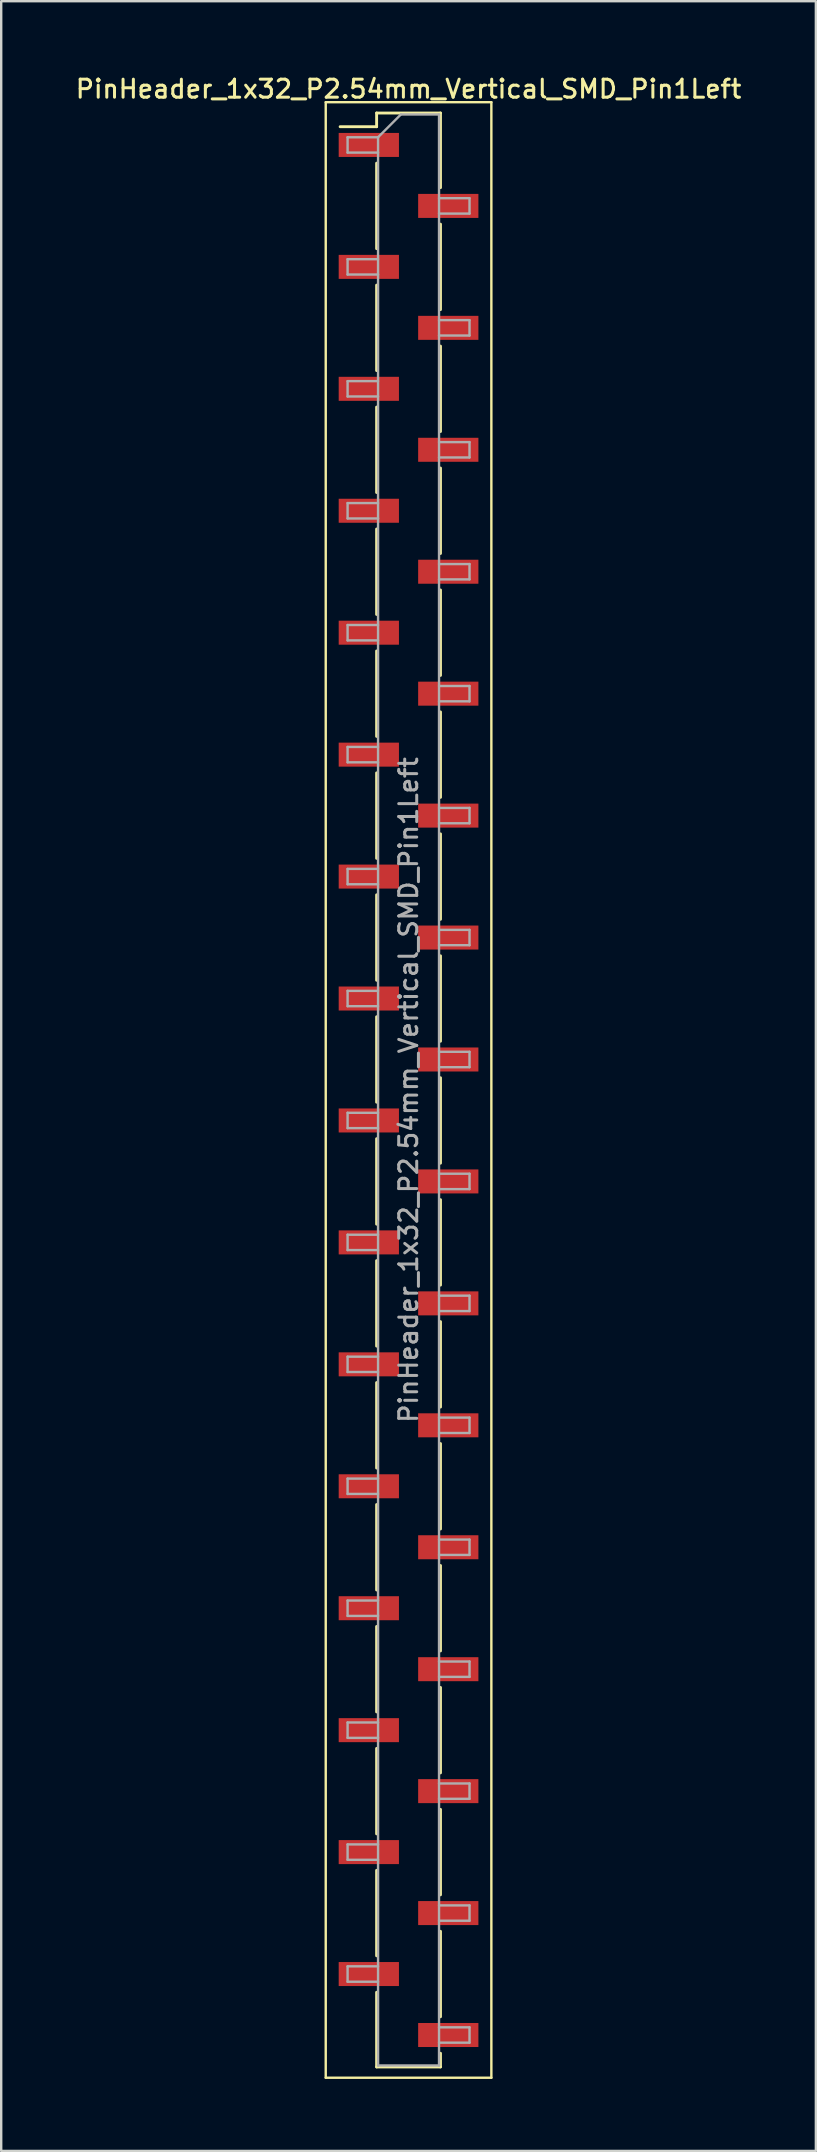
<source format=kicad_pcb>
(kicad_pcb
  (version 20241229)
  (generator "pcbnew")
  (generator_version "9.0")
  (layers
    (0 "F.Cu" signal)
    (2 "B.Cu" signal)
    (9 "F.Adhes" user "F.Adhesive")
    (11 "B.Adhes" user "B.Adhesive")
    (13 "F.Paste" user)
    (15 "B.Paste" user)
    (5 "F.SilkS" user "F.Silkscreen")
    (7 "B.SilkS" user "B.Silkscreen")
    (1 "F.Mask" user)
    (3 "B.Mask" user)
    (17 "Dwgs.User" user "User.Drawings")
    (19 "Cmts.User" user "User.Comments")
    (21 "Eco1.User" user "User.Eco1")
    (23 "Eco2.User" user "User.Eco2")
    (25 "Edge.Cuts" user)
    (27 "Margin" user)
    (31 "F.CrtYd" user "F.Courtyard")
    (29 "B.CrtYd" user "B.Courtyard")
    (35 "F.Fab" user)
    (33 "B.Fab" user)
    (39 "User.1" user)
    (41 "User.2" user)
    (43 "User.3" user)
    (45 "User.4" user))
  (footprint "PinHeader_1x32_P2.54mm_Vertical_SMD_Pin1Left"
    (layer "F.Cu")
    (at 13.97 42.358)
    (property "Reference" "PinHeader_1x32_P2.54mm_Vertical_SMD_Pin1Left" (at 0 -41.7 0) (layer "F.SilkS") (effects (font (size 0.75 0.75) (thickness 0.125))))
    (attr smd)
    (fp_line (start -3.45 -41.15) (end -3.45 41.15) (stroke (width 0.1) (type solid)) (layer "F.SilkS"))
    (fp_line (start -3.45 41.15) (end 3.45 41.15) (stroke (width 0.1) (type solid)) (layer "F.SilkS"))
    (fp_line (start -1.33 -40.7) (end -1.33 -40.13) (stroke (width 0.12) (type solid)) (layer "F.SilkS"))
    (fp_line (start -1.33 -40.7) (end 1.33 -40.7) (stroke (width 0.12) (type solid)) (layer "F.SilkS"))
    (fp_line (start -1.33 -40.13) (end -2.85 -40.13) (stroke (width 0.12) (type solid)) (layer "F.SilkS"))
    (fp_line (start -1.33 -38.61) (end -1.33 -35.05) (stroke (width 0.12) (type solid)) (layer "F.SilkS"))
    (fp_line (start -1.33 -33.53) (end -1.33 -29.97) (stroke (width 0.12) (type solid)) (layer "F.SilkS"))
    (fp_line (start -1.33 -28.45) (end -1.33 -24.89) (stroke (width 0.12) (type solid)) (layer "F.SilkS"))
    (fp_line (start -1.33 -23.37) (end -1.33 -19.81) (stroke (width 0.12) (type solid)) (layer "F.SilkS"))
    (fp_line (start -1.33 -18.29) (end -1.33 -14.73) (stroke (width 0.12) (type solid)) (layer "F.SilkS"))
    (fp_line (start -1.33 -13.21) (end -1.33 -9.65) (stroke (width 0.12) (type solid)) (layer "F.SilkS"))
    (fp_line (start -1.33 -8.13) (end -1.33 -4.57) (stroke (width 0.12) (type solid)) (layer "F.SilkS"))
    (fp_line (start -1.33 -3.05) (end -1.33 0.51) (stroke (width 0.12) (type solid)) (layer "F.SilkS"))
    (fp_line (start -1.33 2.03) (end -1.33 5.59) (stroke (width 0.12) (type solid)) (layer "F.SilkS"))
    (fp_line (start -1.33 7.11) (end -1.33 10.67) (stroke (width 0.12) (type solid)) (layer "F.SilkS"))
    (fp_line (start -1.33 12.19) (end -1.33 15.75) (stroke (width 0.12) (type solid)) (layer "F.SilkS"))
    (fp_line (start -1.33 17.27) (end -1.33 20.83) (stroke (width 0.12) (type solid)) (layer "F.SilkS"))
    (fp_line (start -1.33 22.35) (end -1.33 25.91) (stroke (width 0.12) (type solid)) (layer "F.SilkS"))
    (fp_line (start -1.33 27.43) (end -1.33 30.99) (stroke (width 0.12) (type solid)) (layer "F.SilkS"))
    (fp_line (start -1.33 32.51) (end -1.33 36.07) (stroke (width 0.12) (type solid)) (layer "F.SilkS"))
    (fp_line (start -1.33 37.59) (end -1.33 40.7) (stroke (width 0.12) (type solid)) (layer "F.SilkS"))
    (fp_line (start -1.33 40.7) (end 1.33 40.7) (stroke (width 0.12) (type solid)) (layer "F.SilkS"))
    (fp_line (start 1.33 -40.7) (end 1.33 -37.59) (stroke (width 0.12) (type solid)) (layer "F.SilkS"))
    (fp_line (start 1.33 -36.07) (end 1.33 -32.51) (stroke (width 0.12) (type solid)) (layer "F.SilkS"))
    (fp_line (start 1.33 -30.99) (end 1.33 -27.43) (stroke (width 0.12) (type solid)) (layer "F.SilkS"))
    (fp_line (start 1.33 -25.91) (end 1.33 -22.35) (stroke (width 0.12) (type solid)) (layer "F.SilkS"))
    (fp_line (start 1.33 -20.83) (end 1.33 -17.27) (stroke (width 0.12) (type solid)) (layer "F.SilkS"))
    (fp_line (start 1.33 -15.75) (end 1.33 -12.19) (stroke (width 0.12) (type solid)) (layer "F.SilkS"))
    (fp_line (start 1.33 -10.67) (end 1.33 -7.11) (stroke (width 0.12) (type solid)) (layer "F.SilkS"))
    (fp_line (start 1.33 -5.59) (end 1.33 -2.03) (stroke (width 0.12) (type solid)) (layer "F.SilkS"))
    (fp_line (start 1.33 -0.51) (end 1.33 3.05) (stroke (width 0.12) (type solid)) (layer "F.SilkS"))
    (fp_line (start 1.33 4.57) (end 1.33 8.13) (stroke (width 0.12) (type solid)) (layer "F.SilkS"))
    (fp_line (start 1.33 9.65) (end 1.33 13.21) (stroke (width 0.12) (type solid)) (layer "F.SilkS"))
    (fp_line (start 1.33 14.73) (end 1.33 18.29) (stroke (width 0.12) (type solid)) (layer "F.SilkS"))
    (fp_line (start 1.33 19.81) (end 1.33 23.37) (stroke (width 0.12) (type solid)) (layer "F.SilkS"))
    (fp_line (start 1.33 24.89) (end 1.33 28.45) (stroke (width 0.12) (type solid)) (layer "F.SilkS"))
    (fp_line (start 1.33 29.97) (end 1.33 33.53) (stroke (width 0.12) (type solid)) (layer "F.SilkS"))
    (fp_line (start 1.33 35.05) (end 1.33 38.61) (stroke (width 0.12) (type solid)) (layer "F.SilkS"))
    (fp_line (start 1.33 40.13) (end 1.33 40.7) (stroke (width 0.12) (type solid)) (layer "F.SilkS"))
    (fp_line (start 3.45 -41.15) (end -3.45 -41.15) (stroke (width 0.1) (type solid)) (layer "F.SilkS"))
    (fp_line (start 3.45 41.15) (end 3.45 -41.15) (stroke (width 0.1) (type solid)) (layer "F.SilkS"))
    (fp_line (start -2.54 -39.69) (end -2.54 -39.05) (stroke (width 0.1) (type solid)) (layer "F.Fab"))
    (fp_line (start -2.54 -39.05) (end -1.27 -39.05) (stroke (width 0.1) (type solid)) (layer "F.Fab"))
    (fp_line (start -2.54 -34.61) (end -2.54 -33.97) (stroke (width 0.1) (type solid)) (layer "F.Fab"))
    (fp_line (start -2.54 -33.97) (end -1.27 -33.97) (stroke (width 0.1) (type solid)) (layer "F.Fab"))
    (fp_line (start -2.54 -29.53) (end -2.54 -28.89) (stroke (width 0.1) (type solid)) (layer "F.Fab"))
    (fp_line (start -2.54 -28.89) (end -1.27 -28.89) (stroke (width 0.1) (type solid)) (layer "F.Fab"))
    (fp_line (start -2.54 -24.45) (end -2.54 -23.81) (stroke (width 0.1) (type solid)) (layer "F.Fab"))
    (fp_line (start -2.54 -23.81) (end -1.27 -23.81) (stroke (width 0.1) (type solid)) (layer "F.Fab"))
    (fp_line (start -2.54 -19.37) (end -2.54 -18.73) (stroke (width 0.1) (type solid)) (layer "F.Fab"))
    (fp_line (start -2.54 -18.73) (end -1.27 -18.73) (stroke (width 0.1) (type solid)) (layer "F.Fab"))
    (fp_line (start -2.54 -14.29) (end -2.54 -13.65) (stroke (width 0.1) (type solid)) (layer "F.Fab"))
    (fp_line (start -2.54 -13.65) (end -1.27 -13.65) (stroke (width 0.1) (type solid)) (layer "F.Fab"))
    (fp_line (start -2.54 -9.21) (end -2.54 -8.57) (stroke (width 0.1) (type solid)) (layer "F.Fab"))
    (fp_line (start -2.54 -8.57) (end -1.27 -8.57) (stroke (width 0.1) (type solid)) (layer "F.Fab"))
    (fp_line (start -2.54 -4.13) (end -2.54 -3.49) (stroke (width 0.1) (type solid)) (layer "F.Fab"))
    (fp_line (start -2.54 -3.49) (end -1.27 -3.49) (stroke (width 0.1) (type solid)) (layer "F.Fab"))
    (fp_line (start -2.54 0.95) (end -2.54 1.59) (stroke (width 0.1) (type solid)) (layer "F.Fab"))
    (fp_line (start -2.54 1.59) (end -1.27 1.59) (stroke (width 0.1) (type solid)) (layer "F.Fab"))
    (fp_line (start -2.54 6.03) (end -2.54 6.67) (stroke (width 0.1) (type solid)) (layer "F.Fab"))
    (fp_line (start -2.54 6.67) (end -1.27 6.67) (stroke (width 0.1) (type solid)) (layer "F.Fab"))
    (fp_line (start -2.54 11.11) (end -2.54 11.75) (stroke (width 0.1) (type solid)) (layer "F.Fab"))
    (fp_line (start -2.54 11.75) (end -1.27 11.75) (stroke (width 0.1) (type solid)) (layer "F.Fab"))
    (fp_line (start -2.54 16.19) (end -2.54 16.83) (stroke (width 0.1) (type solid)) (layer "F.Fab"))
    (fp_line (start -2.54 16.83) (end -1.27 16.83) (stroke (width 0.1) (type solid)) (layer "F.Fab"))
    (fp_line (start -2.54 21.27) (end -2.54 21.91) (stroke (width 0.1) (type solid)) (layer "F.Fab"))
    (fp_line (start -2.54 21.91) (end -1.27 21.91) (stroke (width 0.1) (type solid)) (layer "F.Fab"))
    (fp_line (start -2.54 26.35) (end -2.54 26.99) (stroke (width 0.1) (type solid)) (layer "F.Fab"))
    (fp_line (start -2.54 26.99) (end -1.27 26.99) (stroke (width 0.1) (type solid)) (layer "F.Fab"))
    (fp_line (start -2.54 31.43) (end -2.54 32.07) (stroke (width 0.1) (type solid)) (layer "F.Fab"))
    (fp_line (start -2.54 32.07) (end -1.27 32.07) (stroke (width 0.1) (type solid)) (layer "F.Fab"))
    (fp_line (start -2.54 36.51) (end -2.54 37.15) (stroke (width 0.1) (type solid)) (layer "F.Fab"))
    (fp_line (start -2.54 37.15) (end -1.27 37.15) (stroke (width 0.1) (type solid)) (layer "F.Fab"))
    (fp_line (start -1.27 -39.69) (end -2.54 -39.69) (stroke (width 0.1) (type solid)) (layer "F.Fab"))
    (fp_line (start -1.27 -39.69) (end -0.32 -40.64) (stroke (width 0.1) (type solid)) (layer "F.Fab"))
    (fp_line (start -1.27 -34.61) (end -2.54 -34.61) (stroke (width 0.1) (type solid)) (layer "F.Fab"))
    (fp_line (start -1.27 -29.53) (end -2.54 -29.53) (stroke (width 0.1) (type solid)) (layer "F.Fab"))
    (fp_line (start -1.27 -24.45) (end -2.54 -24.45) (stroke (width 0.1) (type solid)) (layer "F.Fab"))
    (fp_line (start -1.27 -19.37) (end -2.54 -19.37) (stroke (width 0.1) (type solid)) (layer "F.Fab"))
    (fp_line (start -1.27 -14.29) (end -2.54 -14.29) (stroke (width 0.1) (type solid)) (layer "F.Fab"))
    (fp_line (start -1.27 -9.21) (end -2.54 -9.21) (stroke (width 0.1) (type solid)) (layer "F.Fab"))
    (fp_line (start -1.27 -4.13) (end -2.54 -4.13) (stroke (width 0.1) (type solid)) (layer "F.Fab"))
    (fp_line (start -1.27 0.95) (end -2.54 0.95) (stroke (width 0.1) (type solid)) (layer "F.Fab"))
    (fp_line (start -1.27 6.03) (end -2.54 6.03) (stroke (width 0.1) (type solid)) (layer "F.Fab"))
    (fp_line (start -1.27 11.11) (end -2.54 11.11) (stroke (width 0.1) (type solid)) (layer "F.Fab"))
    (fp_line (start -1.27 16.19) (end -2.54 16.19) (stroke (width 0.1) (type solid)) (layer "F.Fab"))
    (fp_line (start -1.27 21.27) (end -2.54 21.27) (stroke (width 0.1) (type solid)) (layer "F.Fab"))
    (fp_line (start -1.27 26.35) (end -2.54 26.35) (stroke (width 0.1) (type solid)) (layer "F.Fab"))
    (fp_line (start -1.27 31.43) (end -2.54 31.43) (stroke (width 0.1) (type solid)) (layer "F.Fab"))
    (fp_line (start -1.27 36.51) (end -2.54 36.51) (stroke (width 0.1) (type solid)) (layer "F.Fab"))
    (fp_line (start -1.27 40.64) (end -1.27 -39.69) (stroke (width 0.1) (type solid)) (layer "F.Fab"))
    (fp_line (start -0.32 -40.64) (end 1.27 -40.64) (stroke (width 0.1) (type solid)) (layer "F.Fab"))
    (fp_line (start 1.27 -40.64) (end 1.27 40.64) (stroke (width 0.1) (type solid)) (layer "F.Fab"))
    (fp_line (start 1.27 -37.15) (end 2.54 -37.15) (stroke (width 0.1) (type solid)) (layer "F.Fab"))
    (fp_line (start 1.27 -32.07) (end 2.54 -32.07) (stroke (width 0.1) (type solid)) (layer "F.Fab"))
    (fp_line (start 1.27 -26.99) (end 2.54 -26.99) (stroke (width 0.1) (type solid)) (layer "F.Fab"))
    (fp_line (start 1.27 -21.91) (end 2.54 -21.91) (stroke (width 0.1) (type solid)) (layer "F.Fab"))
    (fp_line (start 1.27 -16.83) (end 2.54 -16.83) (stroke (width 0.1) (type solid)) (layer "F.Fab"))
    (fp_line (start 1.27 -11.75) (end 2.54 -11.75) (stroke (width 0.1) (type solid)) (layer "F.Fab"))
    (fp_line (start 1.27 -6.67) (end 2.54 -6.67) (stroke (width 0.1) (type solid)) (layer "F.Fab"))
    (fp_line (start 1.27 -1.59) (end 2.54 -1.59) (stroke (width 0.1) (type solid)) (layer "F.Fab"))
    (fp_line (start 1.27 3.49) (end 2.54 3.49) (stroke (width 0.1) (type solid)) (layer "F.Fab"))
    (fp_line (start 1.27 8.57) (end 2.54 8.57) (stroke (width 0.1) (type solid)) (layer "F.Fab"))
    (fp_line (start 1.27 13.65) (end 2.54 13.65) (stroke (width 0.1) (type solid)) (layer "F.Fab"))
    (fp_line (start 1.27 18.73) (end 2.54 18.73) (stroke (width 0.1) (type solid)) (layer "F.Fab"))
    (fp_line (start 1.27 23.81) (end 2.54 23.81) (stroke (width 0.1) (type solid)) (layer "F.Fab"))
    (fp_line (start 1.27 28.89) (end 2.54 28.89) (stroke (width 0.1) (type solid)) (layer "F.Fab"))
    (fp_line (start 1.27 33.97) (end 2.54 33.97) (stroke (width 0.1) (type solid)) (layer "F.Fab"))
    (fp_line (start 1.27 39.05) (end 2.54 39.05) (stroke (width 0.1) (type solid)) (layer "F.Fab"))
    (fp_line (start 1.27 40.64) (end -1.27 40.64) (stroke (width 0.1) (type solid)) (layer "F.Fab"))
    (fp_line (start 2.54 -37.15) (end 2.54 -36.51) (stroke (width 0.1) (type solid)) (layer "F.Fab"))
    (fp_line (start 2.54 -36.51) (end 1.27 -36.51) (stroke (width 0.1) (type solid)) (layer "F.Fab"))
    (fp_line (start 2.54 -32.07) (end 2.54 -31.43) (stroke (width 0.1) (type solid)) (layer "F.Fab"))
    (fp_line (start 2.54 -31.43) (end 1.27 -31.43) (stroke (width 0.1) (type solid)) (layer "F.Fab"))
    (fp_line (start 2.54 -26.99) (end 2.54 -26.35) (stroke (width 0.1) (type solid)) (layer "F.Fab"))
    (fp_line (start 2.54 -26.35) (end 1.27 -26.35) (stroke (width 0.1) (type solid)) (layer "F.Fab"))
    (fp_line (start 2.54 -21.91) (end 2.54 -21.27) (stroke (width 0.1) (type solid)) (layer "F.Fab"))
    (fp_line (start 2.54 -21.27) (end 1.27 -21.27) (stroke (width 0.1) (type solid)) (layer "F.Fab"))
    (fp_line (start 2.54 -16.83) (end 2.54 -16.19) (stroke (width 0.1) (type solid)) (layer "F.Fab"))
    (fp_line (start 2.54 -16.19) (end 1.27 -16.19) (stroke (width 0.1) (type solid)) (layer "F.Fab"))
    (fp_line (start 2.54 -11.75) (end 2.54 -11.11) (stroke (width 0.1) (type solid)) (layer "F.Fab"))
    (fp_line (start 2.54 -11.11) (end 1.27 -11.11) (stroke (width 0.1) (type solid)) (layer "F.Fab"))
    (fp_line (start 2.54 -6.67) (end 2.54 -6.03) (stroke (width 0.1) (type solid)) (layer "F.Fab"))
    (fp_line (start 2.54 -6.03) (end 1.27 -6.03) (stroke (width 0.1) (type solid)) (layer "F.Fab"))
    (fp_line (start 2.54 -1.59) (end 2.54 -0.95) (stroke (width 0.1) (type solid)) (layer "F.Fab"))
    (fp_line (start 2.54 -0.95) (end 1.27 -0.95) (stroke (width 0.1) (type solid)) (layer "F.Fab"))
    (fp_line (start 2.54 3.49) (end 2.54 4.13) (stroke (width 0.1) (type solid)) (layer "F.Fab"))
    (fp_line (start 2.54 4.13) (end 1.27 4.13) (stroke (width 0.1) (type solid)) (layer "F.Fab"))
    (fp_line (start 2.54 8.57) (end 2.54 9.21) (stroke (width 0.1) (type solid)) (layer "F.Fab"))
    (fp_line (start 2.54 9.21) (end 1.27 9.21) (stroke (width 0.1) (type solid)) (layer "F.Fab"))
    (fp_line (start 2.54 13.65) (end 2.54 14.29) (stroke (width 0.1) (type solid)) (layer "F.Fab"))
    (fp_line (start 2.54 14.29) (end 1.27 14.29) (stroke (width 0.1) (type solid)) (layer "F.Fab"))
    (fp_line (start 2.54 18.73) (end 2.54 19.37) (stroke (width 0.1) (type solid)) (layer "F.Fab"))
    (fp_line (start 2.54 19.37) (end 1.27 19.37) (stroke (width 0.1) (type solid)) (layer "F.Fab"))
    (fp_line (start 2.54 23.81) (end 2.54 24.45) (stroke (width 0.1) (type solid)) (layer "F.Fab"))
    (fp_line (start 2.54 24.45) (end 1.27 24.45) (stroke (width 0.1) (type solid)) (layer "F.Fab"))
    (fp_line (start 2.54 28.89) (end 2.54 29.53) (stroke (width 0.1) (type solid)) (layer "F.Fab"))
    (fp_line (start 2.54 29.53) (end 1.27 29.53) (stroke (width 0.1) (type solid)) (layer "F.Fab"))
    (fp_line (start 2.54 33.97) (end 2.54 34.61) (stroke (width 0.1) (type solid)) (layer "F.Fab"))
    (fp_line (start 2.54 34.61) (end 1.27 34.61) (stroke (width 0.1) (type solid)) (layer "F.Fab"))
    (fp_line (start 2.54 39.05) (end 2.54 39.69) (stroke (width 0.1) (type solid)) (layer "F.Fab"))
    (fp_line (start 2.54 39.69) (end 1.27 39.69) (stroke (width 0.1) (type solid)) (layer "F.Fab"))
    (fp_text user "${REFERENCE}" (at 0 0 90) (layer "F.Fab") (effects (font (size 0.75 0.75) (thickness 0.125))))
    (pad "1" smd rect (at -1.655 -39.37) (size 2.51 1) (layers "F.Cu" "F.Mask" "F.Paste"))
    (pad "2" smd rect (at 1.655 -36.83) (size 2.51 1) (layers "F.Cu" "F.Mask" "F.Paste"))
    (pad "3" smd rect (at -1.655 -34.29) (size 2.51 1) (layers "F.Cu" "F.Mask" "F.Paste"))
    (pad "4" smd rect (at 1.655 -31.75) (size 2.51 1) (layers "F.Cu" "F.Mask" "F.Paste"))
    (pad "5" smd rect (at -1.655 -29.21) (size 2.51 1) (layers "F.Cu" "F.Mask" "F.Paste"))
    (pad "6" smd rect (at 1.655 -26.67) (size 2.51 1) (layers "F.Cu" "F.Mask" "F.Paste"))
    (pad "7" smd rect (at -1.655 -24.13) (size 2.51 1) (layers "F.Cu" "F.Mask" "F.Paste"))
    (pad "8" smd rect (at 1.655 -21.59) (size 2.51 1) (layers "F.Cu" "F.Mask" "F.Paste"))
    (pad "9" smd rect (at -1.655 -19.05) (size 2.51 1) (layers "F.Cu" "F.Mask" "F.Paste"))
    (pad "10" smd rect (at 1.655 -16.51) (size 2.51 1) (layers "F.Cu" "F.Mask" "F.Paste"))
    (pad "11" smd rect (at -1.655 -13.97) (size 2.51 1) (layers "F.Cu" "F.Mask" "F.Paste"))
    (pad "12" smd rect (at 1.655 -11.43) (size 2.51 1) (layers "F.Cu" "F.Mask" "F.Paste"))
    (pad "13" smd rect (at -1.655 -8.89) (size 2.51 1) (layers "F.Cu" "F.Mask" "F.Paste"))
    (pad "14" smd rect (at 1.655 -6.35) (size 2.51 1) (layers "F.Cu" "F.Mask" "F.Paste"))
    (pad "15" smd rect (at -1.655 -3.81) (size 2.51 1) (layers "F.Cu" "F.Mask" "F.Paste"))
    (pad "16" smd rect (at 1.655 -1.27) (size 2.51 1) (layers "F.Cu" "F.Mask" "F.Paste"))
    (pad "17" smd rect (at -1.655 1.27) (size 2.51 1) (layers "F.Cu" "F.Mask" "F.Paste"))
    (pad "18" smd rect (at 1.655 3.81) (size 2.51 1) (layers "F.Cu" "F.Mask" "F.Paste"))
    (pad "19" smd rect (at -1.655 6.35) (size 2.51 1) (layers "F.Cu" "F.Mask" "F.Paste"))
    (pad "20" smd rect (at 1.655 8.89) (size 2.51 1) (layers "F.Cu" "F.Mask" "F.Paste"))
    (pad "21" smd rect (at -1.655 11.43) (size 2.51 1) (layers "F.Cu" "F.Mask" "F.Paste"))
    (pad "22" smd rect (at 1.655 13.97) (size 2.51 1) (layers "F.Cu" "F.Mask" "F.Paste"))
    (pad "23" smd rect (at -1.655 16.51) (size 2.51 1) (layers "F.Cu" "F.Mask" "F.Paste"))
    (pad "24" smd rect (at 1.655 19.05) (size 2.51 1) (layers "F.Cu" "F.Mask" "F.Paste"))
    (pad "25" smd rect (at -1.655 21.59) (size 2.51 1) (layers "F.Cu" "F.Mask" "F.Paste"))
    (pad "26" smd rect (at 1.655 24.13) (size 2.51 1) (layers "F.Cu" "F.Mask" "F.Paste"))
    (pad "27" smd rect (at -1.655 26.67) (size 2.51 1) (layers "F.Cu" "F.Mask" "F.Paste"))
    (pad "28" smd rect (at 1.655 29.21) (size 2.51 1) (layers "F.Cu" "F.Mask" "F.Paste"))
    (pad "29" smd rect (at -1.655 31.75) (size 2.51 1) (layers "F.Cu" "F.Mask" "F.Paste"))
    (pad "30" smd rect (at 1.655 34.29) (size 2.51 1) (layers "F.Cu" "F.Mask" "F.Paste"))
    (pad "31" smd rect (at -1.655 36.83) (size 2.51 1) (layers "F.Cu" "F.Mask" "F.Paste"))
    (pad "32" smd rect (at 1.655 39.37) (size 2.51 1) (layers "F.Cu" "F.Mask" "F.Paste")))
  (gr_rect
    (start -3 -3)
    (end 30.939 86.558)
    (stroke (width 0.1) (type default))
    (fill no)
    (layer "Edge.Cuts")))
</source>
